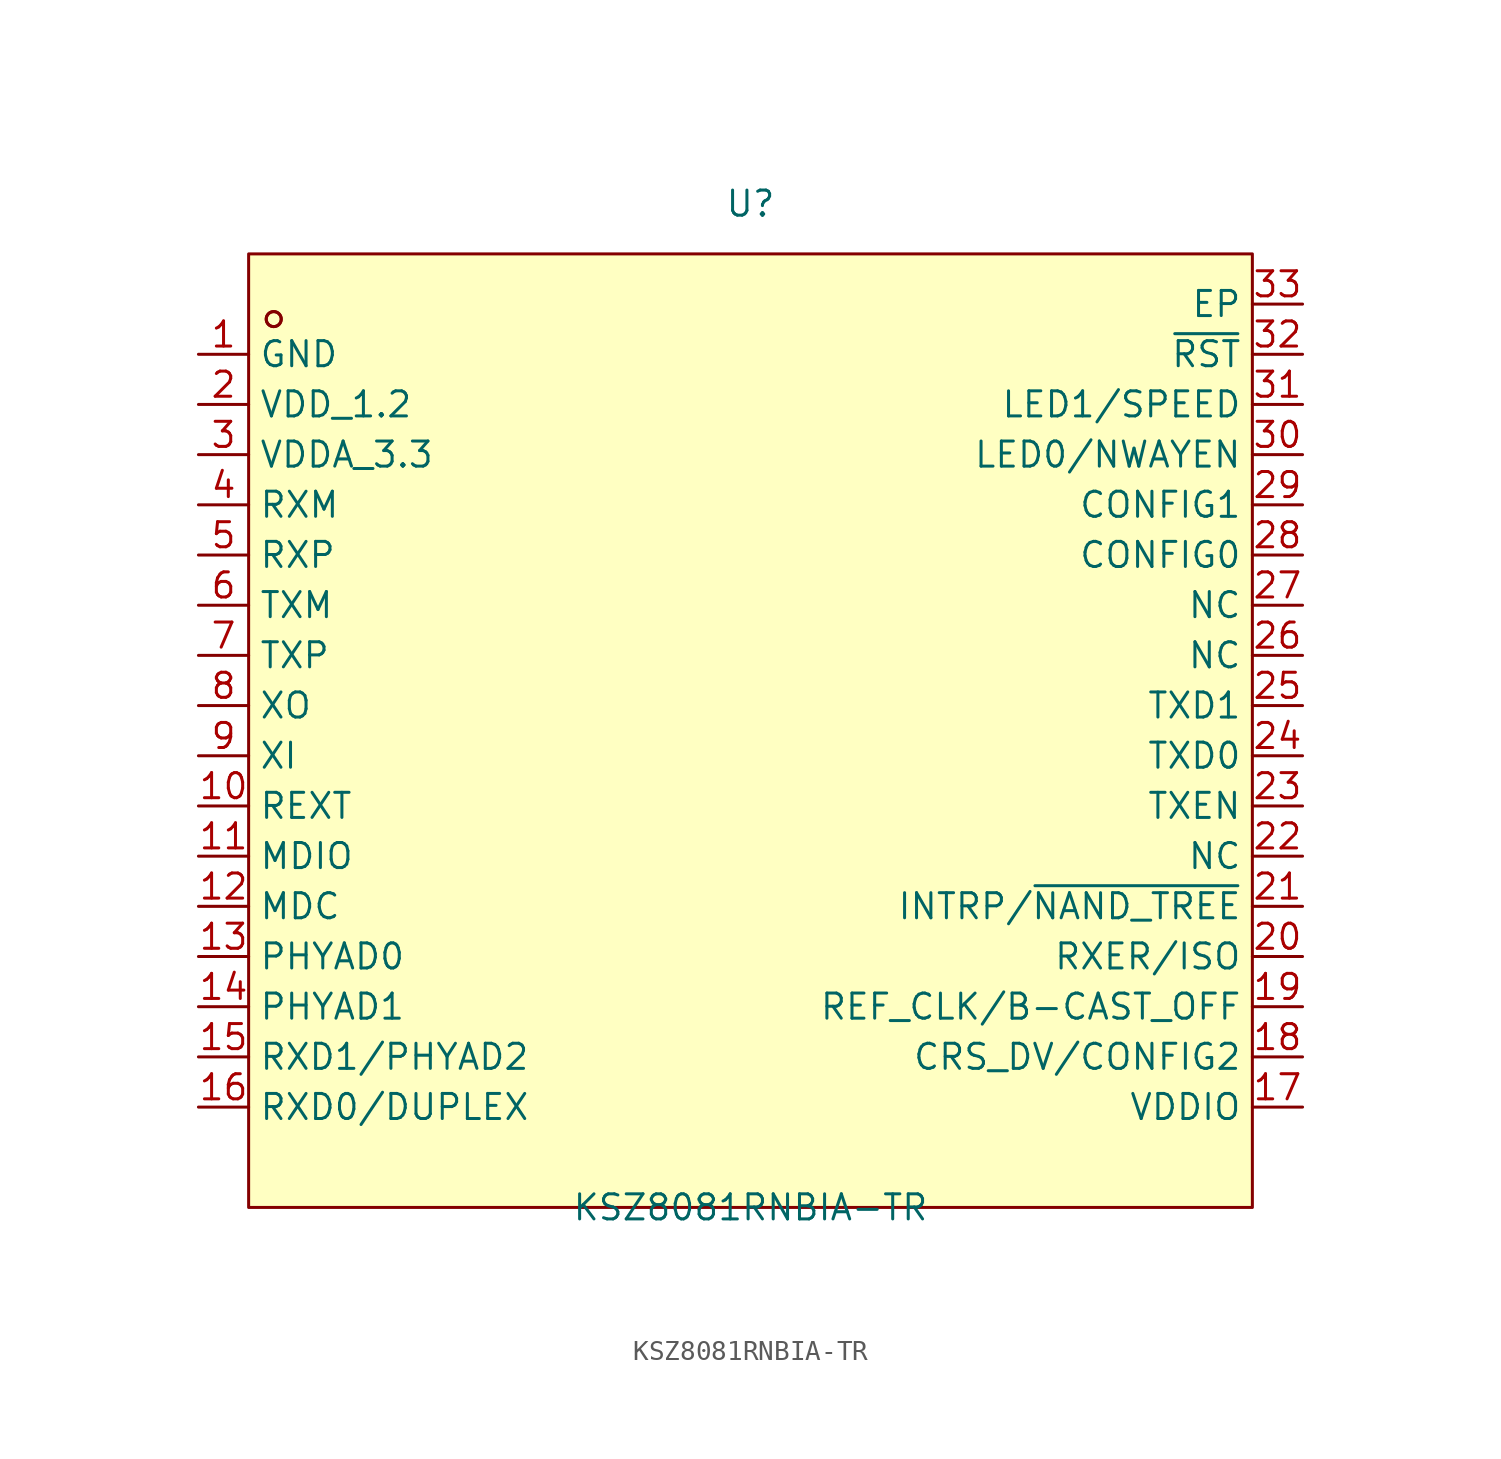
<source format=kicad_sym>
(kicad_symbol_lib
  (version 20211014)
  (generator https://github.com/uPesy/easyeda2kicad.py)
  (symbol "KSZ8081RNBIA-TR"
    (property "Reference" "U"
      (at 0 27.94 0)
      (effects (font (size 1.27 1.27))))
    (property "Value" "KSZ8081RNBIA-TR"
      (at 0 -22.86 0)
      (effects (font (size 1.27 1.27))))
    (symbol "KSZ8081RNBIA-TR_0_1"
      (rectangle (start -25.40 25.40) (end 25.40 -22.86) (stroke (width 0) (type default) (color 0 0 0 0)) (fill (type background)))
      (circle (center -24.13 22.10) (radius 0.38) (stroke (width 0) (type default) (color 0 0 0 0)) (fill (type none)))
      (circle (center -24.13 22.10) (radius 0.38) (stroke (width 0) (type default) (color 0 0 0 0)) (fill (type none)))
      (pin unspecified line (at -27.94 20.32 0) (length 2.54) (name "GND" (effects (font (size 1.27 1.27)))) (number "1" (effects (font (size 1.27 1.27)))))
      (pin unspecified line (at -27.94 17.78 0) (length 2.54) (name "VDD_1.2" (effects (font (size 1.27 1.27)))) (number "2" (effects (font (size 1.27 1.27)))))
      (pin unspecified line (at -27.94 15.24 0) (length 2.54) (name "VDDA_3.3" (effects (font (size 1.27 1.27)))) (number "3" (effects (font (size 1.27 1.27)))))
      (pin unspecified line (at -27.94 12.70 0) (length 2.54) (name "RXM" (effects (font (size 1.27 1.27)))) (number "4" (effects (font (size 1.27 1.27)))))
      (pin unspecified line (at -27.94 10.16 0) (length 2.54) (name "RXP" (effects (font (size 1.27 1.27)))) (number "5" (effects (font (size 1.27 1.27)))))
      (pin unspecified line (at -27.94 7.62 0) (length 2.54) (name "TXM" (effects (font (size 1.27 1.27)))) (number "6" (effects (font (size 1.27 1.27)))))
      (pin unspecified line (at -27.94 5.08 0) (length 2.54) (name "TXP" (effects (font (size 1.27 1.27)))) (number "7" (effects (font (size 1.27 1.27)))))
      (pin unspecified line (at -27.94 2.54 0) (length 2.54) (name "XO" (effects (font (size 1.27 1.27)))) (number "8" (effects (font (size 1.27 1.27)))))
      (pin unspecified line (at -27.94 -0.00 0) (length 2.54) (name "XI" (effects (font (size 1.27 1.27)))) (number "9" (effects (font (size 1.27 1.27)))))
      (pin unspecified line (at -27.94 -2.54 0) (length 2.54) (name "REXT" (effects (font (size 1.27 1.27)))) (number "10" (effects (font (size 1.27 1.27)))))
      (pin unspecified line (at -27.94 -5.08 0) (length 2.54) (name "MDIO" (effects (font (size 1.27 1.27)))) (number "11" (effects (font (size 1.27 1.27)))))
      (pin unspecified line (at -27.94 -7.62 0) (length 2.54) (name "MDC" (effects (font (size 1.27 1.27)))) (number "12" (effects (font (size 1.27 1.27)))))
      (pin unspecified line (at -27.94 -10.16 0) (length 2.54) (name "PHYAD0" (effects (font (size 1.27 1.27)))) (number "13" (effects (font (size 1.27 1.27)))))
      (pin unspecified line (at -27.94 -12.70 0) (length 2.54) (name "PHYAD1" (effects (font (size 1.27 1.27)))) (number "14" (effects (font (size 1.27 1.27)))))
      (pin unspecified line (at -27.94 -15.24 0) (length 2.54) (name "RXD1/PHYAD2" (effects (font (size 1.27 1.27)))) (number "15" (effects (font (size 1.27 1.27)))))
      (pin unspecified line (at -27.94 -17.78 0) (length 2.54) (name "RXD0/DUPLEX" (effects (font (size 1.27 1.27)))) (number "16" (effects (font (size 1.27 1.27)))))
      (pin unspecified line (at 27.94 -17.78 180) (length 2.54) (name "VDDIO" (effects (font (size 1.27 1.27)))) (number "17" (effects (font (size 1.27 1.27)))))
      (pin unspecified line (at 27.94 -15.24 180) (length 2.54) (name "CRS_DV/CONFIG2" (effects (font (size 1.27 1.27)))) (number "18" (effects (font (size 1.27 1.27)))))
      (pin unspecified line (at 27.94 -12.70 180) (length 2.54) (name "REF_CLK/B-CAST_OFF" (effects (font (size 1.27 1.27)))) (number "19" (effects (font (size 1.27 1.27)))))
      (pin unspecified line (at 27.94 -10.16 180) (length 2.54) (name "RXER/ISO" (effects (font (size 1.27 1.27)))) (number "20" (effects (font (size 1.27 1.27)))))
      (pin unspecified line (at 27.94 -7.62 180) (length 2.54) (name "INTRP/~{NAND_TREE}" (effects (font (size 1.27 1.27)))) (number "21" (effects (font (size 1.27 1.27)))))
      (pin unspecified line (at 27.94 -5.08 180) (length 2.54) (name "NC" (effects (font (size 1.27 1.27)))) (number "22" (effects (font (size 1.27 1.27)))))
      (pin unspecified line (at 27.94 -2.54 180) (length 2.54) (name "TXEN" (effects (font (size 1.27 1.27)))) (number "23" (effects (font (size 1.27 1.27)))))
      (pin unspecified line (at 27.94 -0.00 180) (length 2.54) (name "TXD0" (effects (font (size 1.27 1.27)))) (number "24" (effects (font (size 1.27 1.27)))))
      (pin unspecified line (at 27.94 2.54 180) (length 2.54) (name "TXD1" (effects (font (size 1.27 1.27)))) (number "25" (effects (font (size 1.27 1.27)))))
      (pin unspecified line (at 27.94 5.08 180) (length 2.54) (name "NC" (effects (font (size 1.27 1.27)))) (number "26" (effects (font (size 1.27 1.27)))))
      (pin unspecified line (at 27.94 7.62 180) (length 2.54) (name "NC" (effects (font (size 1.27 1.27)))) (number "27" (effects (font (size 1.27 1.27)))))
      (pin unspecified line (at 27.94 10.16 180) (length 2.54) (name "CONFIG0" (effects (font (size 1.27 1.27)))) (number "28" (effects (font (size 1.27 1.27)))))
      (pin unspecified line (at 27.94 12.70 180) (length 2.54) (name "CONFIG1" (effects (font (size 1.27 1.27)))) (number "29" (effects (font (size 1.27 1.27)))))
      (pin unspecified line (at 27.94 15.24 180) (length 2.54) (name "LED0/NWAYEN" (effects (font (size 1.27 1.27)))) (number "30" (effects (font (size 1.27 1.27)))))
      (pin unspecified line (at 27.94 17.78 180) (length 2.54) (name "LED1/SPEED" (effects (font (size 1.27 1.27)))) (number "31" (effects (font (size 1.27 1.27)))))
      (pin unspecified line (at 27.94 20.32 180) (length 2.54) (name "~{RST}" (effects (font (size 1.27 1.27)))) (number "32" (effects (font (size 1.27 1.27)))))
      (pin unspecified line (at 27.94 22.86 180) (length 2.54) (name "EP" (effects (font (size 1.27 1.27)))) (number "33" (effects (font (size 1.27 1.27))))))))
</source>
